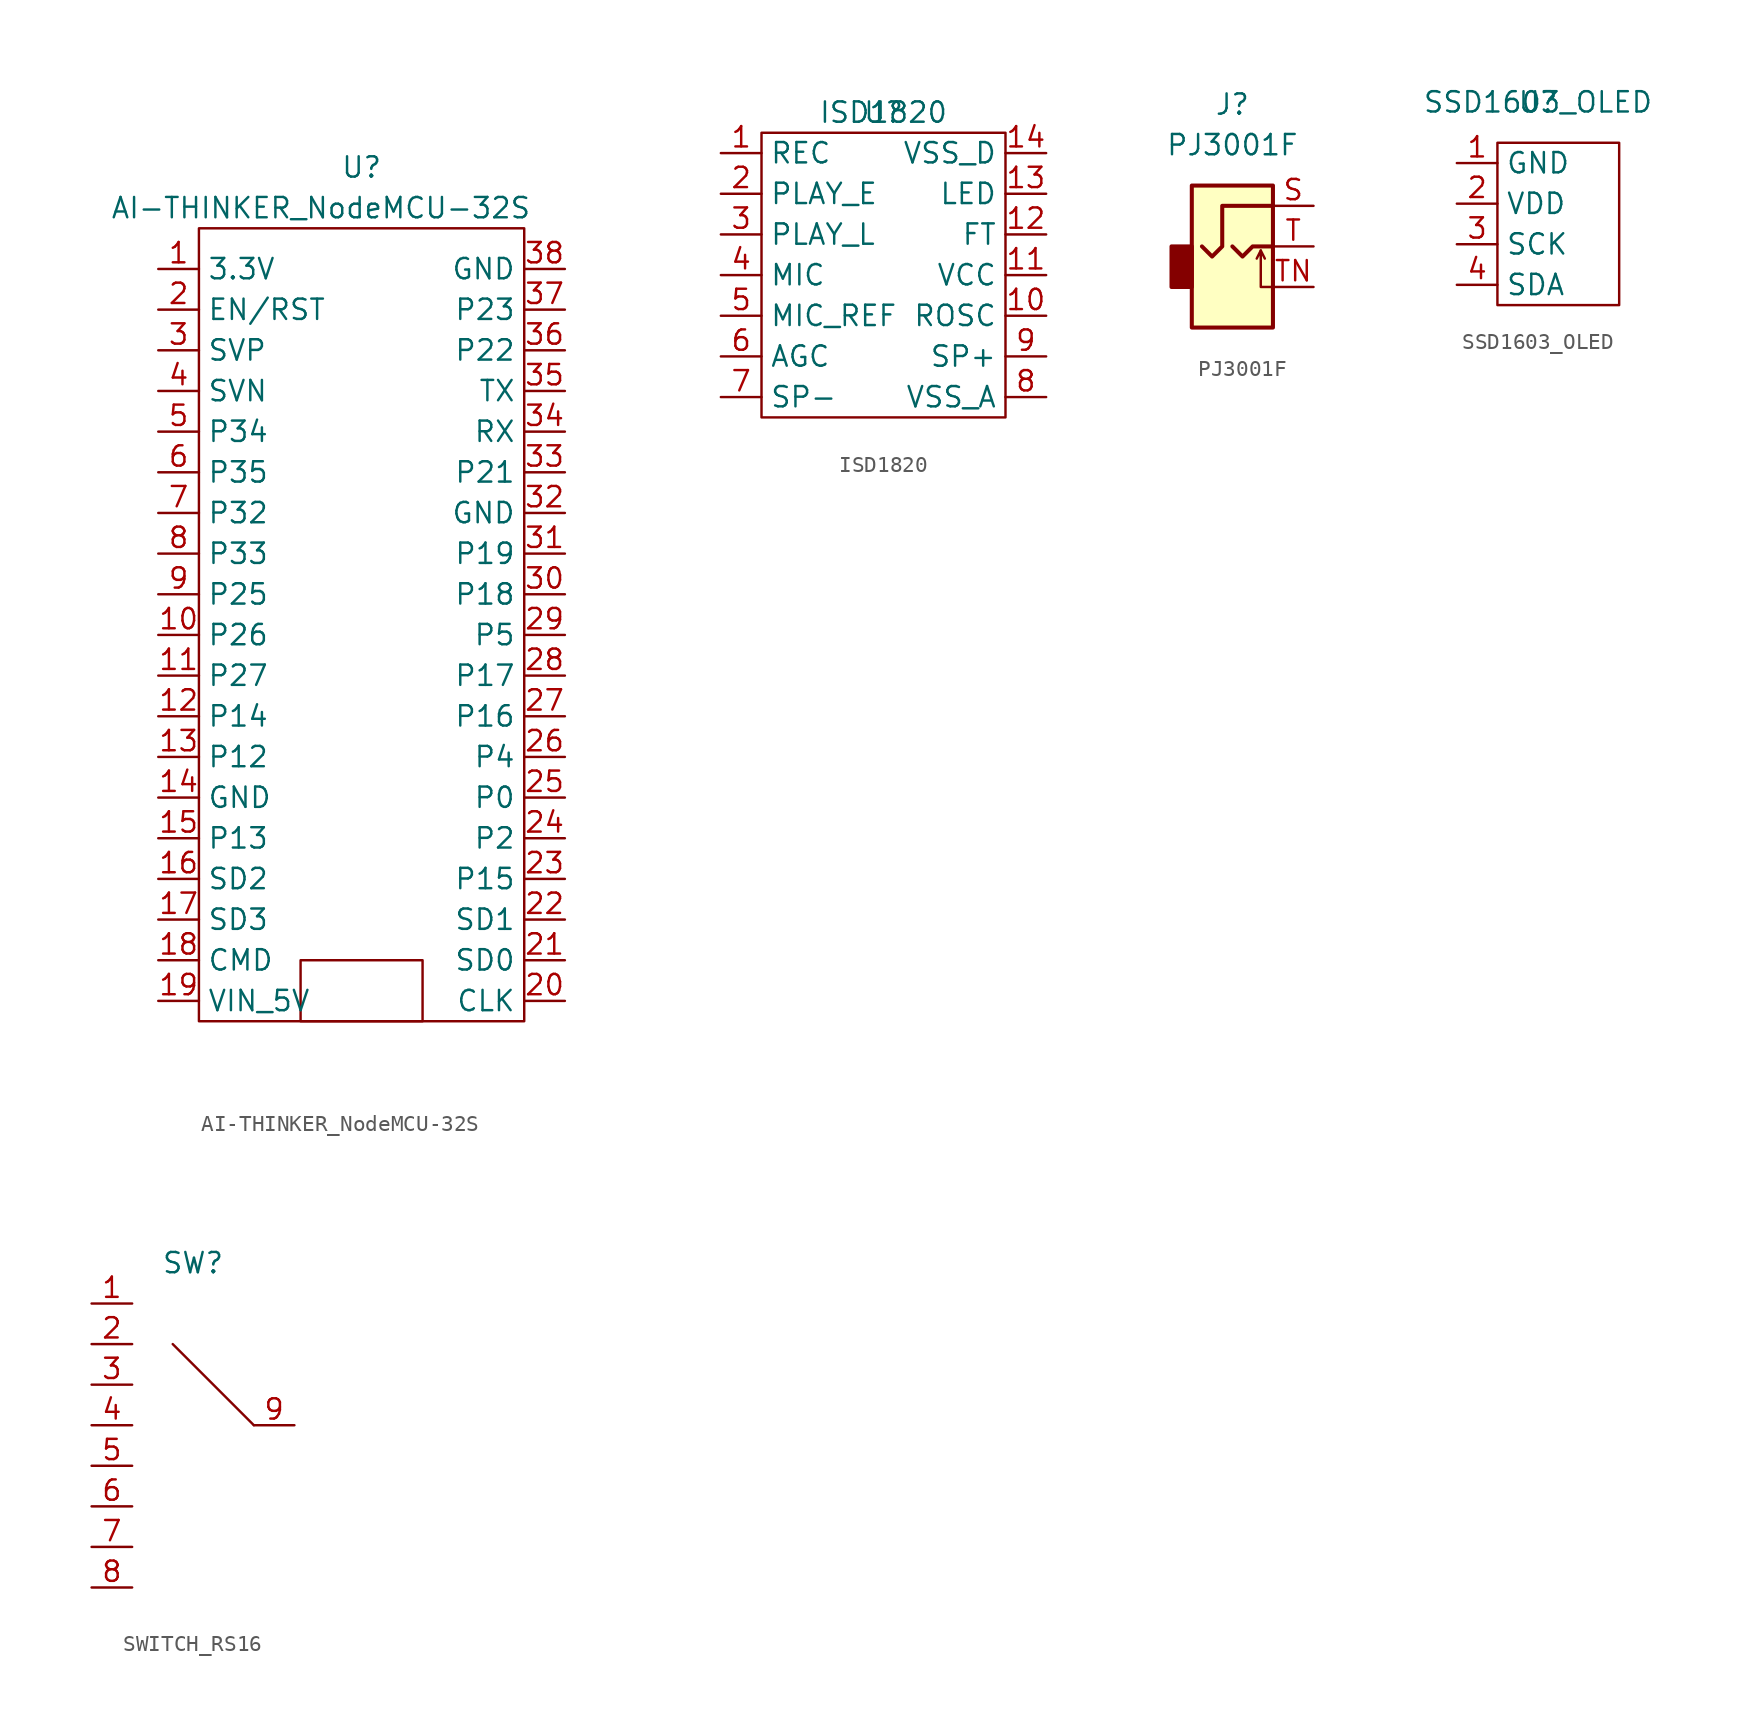
<source format=kicad_sym>
(kicad_symbol_lib
  (version 20220914)
  (generator kicad_symbol_editor)
  (symbol "AI-THINKER_NodeMCU-32S"
    (property "Reference" "U"
      (at 0 2.54 0)
      (effects (font (size 1.27 1.27))))
    (property "Value" "AI-THINKER_NodeMCU-32S"
      (at -2.54 0 0)
      (effects (font (size 1.27 1.27))))
    (symbol "AI-THINKER_NodeMCU-32S_0_1"
      (rectangle (start -10.16 -1.27) (end 10.16 -50.8) (stroke (width 0) (type default)) (fill (type none)))
      (rectangle (start -3.81 -46.99) (end 3.81 -50.8) (stroke (width 0) (type default)) (fill (type none))))
    (symbol "AI-THINKER_NodeMCU-32S_1_1"
      (pin power_out line (at -12.7 -3.81 0) (length 2.54) (name "3.3V" (effects (font (size 1.27 1.27)))) (number "1" (effects (font (size 1.27 1.27)))))
      (pin bidirectional line (at -12.7 -26.67 0) (length 2.54) (name "P26" (effects (font (size 1.27 1.27)))) (number "10" (effects (font (size 1.27 1.27)))))
      (pin bidirectional line (at -12.7 -29.21 0) (length 2.54) (name "P27" (effects (font (size 1.27 1.27)))) (number "11" (effects (font (size 1.27 1.27)))))
      (pin bidirectional line (at -12.7 -31.75 0) (length 2.54) (name "P14" (effects (font (size 1.27 1.27)))) (number "12" (effects (font (size 1.27 1.27)))))
      (pin bidirectional line (at -12.7 -34.29 0) (length 2.54) (name "P12" (effects (font (size 1.27 1.27)))) (number "13" (effects (font (size 1.27 1.27)))))
      (pin bidirectional line (at -12.7 -36.83 0) (length 2.54) (name "GND" (effects (font (size 1.27 1.27)))) (number "14" (effects (font (size 1.27 1.27)))))
      (pin bidirectional line (at -12.7 -39.37 0) (length 2.54) (name "P13" (effects (font (size 1.27 1.27)))) (number "15" (effects (font (size 1.27 1.27)))))
      (pin bidirectional line (at -12.7 -41.91 0) (length 2.54) (name "SD2" (effects (font (size 1.27 1.27)))) (number "16" (effects (font (size 1.27 1.27)))))
      (pin bidirectional line (at -12.7 -44.45 0) (length 2.54) (name "SD3" (effects (font (size 1.27 1.27)))) (number "17" (effects (font (size 1.27 1.27)))))
      (pin bidirectional line (at -12.7 -46.99 0) (length 2.54) (name "CMD" (effects (font (size 1.27 1.27)))) (number "18" (effects (font (size 1.27 1.27)))))
      (pin power_in line (at -12.7 -49.53 0) (length 2.54) (name "VIN_5V" (effects (font (size 1.27 1.27)))) (number "19" (effects (font (size 1.27 1.27)))))
      (pin bidirectional line (at -12.7 -6.35 0) (length 2.54) (name "EN/RST" (effects (font (size 1.27 1.27)))) (number "2" (effects (font (size 1.27 1.27)))))
      (pin bidirectional line (at 12.7 -49.53 180) (length 2.54) (name "CLK" (effects (font (size 1.27 1.27)))) (number "20" (effects (font (size 1.27 1.27)))))
      (pin bidirectional line (at 12.7 -46.99 180) (length 2.54) (name "SD0" (effects (font (size 1.27 1.27)))) (number "21" (effects (font (size 1.27 1.27)))))
      (pin bidirectional line (at 12.7 -44.45 180) (length 2.54) (name "SD1" (effects (font (size 1.27 1.27)))) (number "22" (effects (font (size 1.27 1.27)))))
      (pin bidirectional line (at 12.7 -41.91 180) (length 2.54) (name "P15" (effects (font (size 1.27 1.27)))) (number "23" (effects (font (size 1.27 1.27)))))
      (pin bidirectional line (at 12.7 -39.37 180) (length 2.54) (name "P2" (effects (font (size 1.27 1.27)))) (number "24" (effects (font (size 1.27 1.27)))))
      (pin bidirectional line (at 12.7 -36.83 180) (length 2.54) (name "P0" (effects (font (size 1.27 1.27)))) (number "25" (effects (font (size 1.27 1.27)))))
      (pin bidirectional line (at 12.7 -34.29 180) (length 2.54) (name "P4" (effects (font (size 1.27 1.27)))) (number "26" (effects (font (size 1.27 1.27)))))
      (pin bidirectional line (at 12.7 -31.75 180) (length 2.54) (name "P16" (effects (font (size 1.27 1.27)))) (number "27" (effects (font (size 1.27 1.27)))))
      (pin bidirectional line (at 12.7 -29.21 180) (length 2.54) (name "P17" (effects (font (size 1.27 1.27)))) (number "28" (effects (font (size 1.27 1.27)))))
      (pin bidirectional line (at 12.7 -26.67 180) (length 2.54) (name "P5" (effects (font (size 1.27 1.27)))) (number "29" (effects (font (size 1.27 1.27)))))
      (pin bidirectional line (at -12.7 -8.89 0) (length 2.54) (name "SVP" (effects (font (size 1.27 1.27)))) (number "3" (effects (font (size 1.27 1.27)))))
      (pin bidirectional line (at 12.7 -24.13 180) (length 2.54) (name "P18" (effects (font (size 1.27 1.27)))) (number "30" (effects (font (size 1.27 1.27)))))
      (pin bidirectional line (at 12.7 -21.59 180) (length 2.54) (name "P19" (effects (font (size 1.27 1.27)))) (number "31" (effects (font (size 1.27 1.27)))))
      (pin input line (at 12.7 -19.05 180) (length 2.54) (name "GND" (effects (font (size 1.27 1.27)))) (number "32" (effects (font (size 1.27 1.27)))))
      (pin bidirectional line (at 12.7 -16.51 180) (length 2.54) (name "P21" (effects (font (size 1.27 1.27)))) (number "33" (effects (font (size 1.27 1.27)))))
      (pin input line (at 12.7 -13.97 180) (length 2.54) (name "RX" (effects (font (size 1.27 1.27)))) (number "34" (effects (font (size 1.27 1.27)))))
      (pin output line (at 12.7 -11.43 180) (length 2.54) (name "TX" (effects (font (size 1.27 1.27)))) (number "35" (effects (font (size 1.27 1.27)))))
      (pin bidirectional line (at 12.7 -8.89 180) (length 2.54) (name "P22" (effects (font (size 1.27 1.27)))) (number "36" (effects (font (size 1.27 1.27)))))
      (pin bidirectional line (at 12.7 -6.35 180) (length 2.54) (name "P23" (effects (font (size 1.27 1.27)))) (number "37" (effects (font (size 1.27 1.27)))))
      (pin power_in line (at 12.7 -3.81 180) (length 2.54) (name "GND" (effects (font (size 1.27 1.27)))) (number "38" (effects (font (size 1.27 1.27)))))
      (pin bidirectional line (at -12.7 -11.43 0) (length 2.54) (name "SVN" (effects (font (size 1.27 1.27)))) (number "4" (effects (font (size 1.27 1.27)))))
      (pin bidirectional line (at -12.7 -13.97 0) (length 2.54) (name "P34" (effects (font (size 1.27 1.27)))) (number "5" (effects (font (size 1.27 1.27)))))
      (pin bidirectional line (at -12.7 -16.51 0) (length 2.54) (name "P35" (effects (font (size 1.27 1.27)))) (number "6" (effects (font (size 1.27 1.27)))))
      (pin bidirectional line (at -12.7 -19.05 0) (length 2.54) (name "P32" (effects (font (size 1.27 1.27)))) (number "7" (effects (font (size 1.27 1.27)))))
      (pin bidirectional line (at -12.7 -21.59 0) (length 2.54) (name "P33" (effects (font (size 1.27 1.27)))) (number "8" (effects (font (size 1.27 1.27)))))
      (pin bidirectional line (at -12.7 -24.13 0) (length 2.54) (name "P25" (effects (font (size 1.27 1.27)))) (number "9" (effects (font (size 1.27 1.27)))))))
  (symbol "ISD1820"
    (property "Reference" "U"
      (at 0 2.54 0)
      (effects (font (size 1.27 1.27))))
    (property "Value" "ISD1820"
      (at 0 2.54 0)
      (effects (font (size 1.27 1.27))))
    (symbol "ISD1820_0_1"
      (rectangle (start -7.62 1.27) (end 7.62 -16.51) (stroke (width 0) (type default)) (fill (type none))))
    (symbol "ISD1820_1_1"
      (pin input line (at -10.16 0 0) (length 2.54) (name "REC" (effects (font (size 1.27 1.27)))) (number "1" (effects (font (size 1.27 1.27)))))
      (pin input line (at 10.16 -10.16 180) (length 2.54) (name "ROSC" (effects (font (size 1.27 1.27)))) (number "10" (effects (font (size 1.27 1.27)))))
      (pin power_in line (at 10.16 -7.62 180) (length 2.54) (name "VCC" (effects (font (size 1.27 1.27)))) (number "11" (effects (font (size 1.27 1.27)))))
      (pin input line (at 10.16 -5.08 180) (length 2.54) (name "FT" (effects (font (size 1.27 1.27)))) (number "12" (effects (font (size 1.27 1.27)))))
      (pin input line (at 10.16 -2.54 180) (length 2.54) (name "LED" (effects (font (size 1.27 1.27)))) (number "13" (effects (font (size 1.27 1.27)))))
      (pin power_in line (at 10.16 0 180) (length 2.54) (name "VSS_D" (effects (font (size 1.27 1.27)))) (number "14" (effects (font (size 1.27 1.27)))))
      (pin input line (at -10.16 -2.54 0) (length 2.54) (name "PLAY_E" (effects (font (size 1.27 1.27)))) (number "2" (effects (font (size 1.27 1.27)))))
      (pin input line (at -10.16 -5.08 0) (length 2.54) (name "PLAY_L" (effects (font (size 1.27 1.27)))) (number "3" (effects (font (size 1.27 1.27)))))
      (pin input line (at -10.16 -7.62 0) (length 2.54) (name "MIC" (effects (font (size 1.27 1.27)))) (number "4" (effects (font (size 1.27 1.27)))))
      (pin input line (at -10.16 -10.16 0) (length 2.54) (name "MIC_REF" (effects (font (size 1.27 1.27)))) (number "5" (effects (font (size 1.27 1.27)))))
      (pin input line (at -10.16 -12.7 0) (length 2.54) (name "AGC" (effects (font (size 1.27 1.27)))) (number "6" (effects (font (size 1.27 1.27)))))
      (pin input line (at -10.16 -15.24 0) (length 2.54) (name "SP-" (effects (font (size 1.27 1.27)))) (number "7" (effects (font (size 1.27 1.27)))))
      (pin power_in line (at 10.16 -15.24 180) (length 2.54) (name "VSS_A" (effects (font (size 1.27 1.27)))) (number "8" (effects (font (size 1.27 1.27)))))
      (pin input line (at 10.16 -12.7 180) (length 2.54) (name "SP+" (effects (font (size 1.27 1.27)))) (number "9" (effects (font (size 1.27 1.27)))))))
  (symbol "PJ3001F"
    (property "Reference" "J"
      (at 0 8.89 0)
      (effects (font (size 1.27 1.27))))
    (property "Value" "PJ3001F"
      (at 0 6.35 0)
      (effects (font (size 1.27 1.27))))
    (symbol "PJ3001F_0_1"
      (rectangle (start -2.54 0) (end -3.81 -2.54) (stroke (width 0.254) (type default)) (fill (type outline)))
      (polyline (pts (xy 1.778 -0.254) (xy 2.032 -0.762)) (stroke (width 0) (type default)) (fill (type none)))
      (polyline (pts (xy 0 0) (xy 0.635 -0.635) (xy 1.27 0) (xy 2.54 0)) (stroke (width 0.254) (type default)) (fill (type none)))
      (polyline (pts (xy 2.54 -2.54) (xy 1.778 -2.54) (xy 1.778 -0.254) (xy 1.524 -0.762)) (stroke (width 0) (type default)) (fill (type none)))
      (polyline (pts (xy 2.54 2.54) (xy -0.635 2.54) (xy -0.635 0) (xy -1.27 -0.635) (xy -1.905 0)) (stroke (width 0.254) (type default)) (fill (type none)))
      (rectangle (start 2.54 3.81) (end -2.54 -5.08) (stroke (width 0.254) (type default)) (fill (type background))))
    (symbol "PJ3001F_1_1"
      (pin passive line (at 5.08 2.54 180) (length 2.54) (name "~" (effects (font (size 1.27 1.27)))) (number "S" (effects (font (size 1.27 1.27)))))
      (pin passive line (at 5.08 0 180) (length 2.54) (name "~" (effects (font (size 1.27 1.27)))) (number "T" (effects (font (size 1.27 1.27)))))
      (pin passive line (at 5.08 -2.54 180) (length 2.54) (name "~" (effects (font (size 1.27 1.27)))) (number "TN" (effects (font (size 1.27 1.27)))))))
  (symbol "SSD1603_OLED"
    (property "Reference" "U"
      (at 0 0 0)
      (effects (font (size 1.27 1.27))))
    (property "Value" "SSD1603_OLED"
      (at 0 0 0)
      (effects (font (size 1.27 1.27))))
    (symbol "SSD1603_OLED_0_1"
      (rectangle (start -2.54 -2.54) (end 5.08 -12.7) (stroke (width 0) (type default)) (fill (type none))))
    (symbol "SSD1603_OLED_1_1"
      (pin power_in line (at -5.08 -3.81 0) (length 2.54) (name "GND" (effects (font (size 1.27 1.27)))) (number "1" (effects (font (size 1.27 1.27)))))
      (pin power_in line (at -5.08 -6.35 0) (length 2.54) (name "VDD" (effects (font (size 1.27 1.27)))) (number "2" (effects (font (size 1.27 1.27)))))
      (pin input line (at -5.08 -8.89 0) (length 2.54) (name "SCK" (effects (font (size 1.27 1.27)))) (number "3" (effects (font (size 1.27 1.27)))))
      (pin input line (at -5.08 -11.43 0) (length 2.54) (name "SDA" (effects (font (size 1.27 1.27)))) (number "4" (effects (font (size 1.27 1.27)))))))
  (symbol "SWITCH_RS16"
    (property "Reference" "SW"
      (at 0 0 0)
      (effects (font (size 1.27 1.27))))
    (property "Value" ""
      (at 0 0 0)
      (effects (font (size 1.27 1.27))))
    (symbol "SWITCH_RS16_0_1"
      (polyline (pts (xy 3.81 -10.16) (xy -1.27 -5.08)) (stroke (width 0) (type default)) (fill (type none))))
    (symbol "SWITCH_RS16_1_1"
      (pin bidirectional line (at -6.35 -2.54 0) (length 2.54) (name "" (effects (font (size 1.27 1.27)))) (number "1" (effects (font (size 1.27 1.27)))))
      (pin bidirectional line (at -6.35 -5.08 0) (length 2.54) (name "" (effects (font (size 1.27 1.27)))) (number "2" (effects (font (size 1.27 1.27)))))
      (pin bidirectional line (at -6.35 -7.62 0) (length 2.54) (name "" (effects (font (size 1.27 1.27)))) (number "3" (effects (font (size 1.27 1.27)))))
      (pin bidirectional line (at -6.35 -10.16 0) (length 2.54) (name "" (effects (font (size 1.27 1.27)))) (number "4" (effects (font (size 1.27 1.27)))))
      (pin bidirectional line (at -6.35 -12.7 0) (length 2.54) (name "" (effects (font (size 1.27 1.27)))) (number "5" (effects (font (size 1.27 1.27)))))
      (pin bidirectional line (at -6.35 -15.24 0) (length 2.54) (name "" (effects (font (size 1.27 1.27)))) (number "6" (effects (font (size 1.27 1.27)))))
      (pin bidirectional line (at -6.35 -17.78 0) (length 2.54) (name "" (effects (font (size 1.27 1.27)))) (number "7" (effects (font (size 1.27 1.27)))))
      (pin bidirectional line (at -6.35 -20.32 0) (length 2.54) (name "" (effects (font (size 1.27 1.27)))) (number "8" (effects (font (size 1.27 1.27)))))
      (pin bidirectional line (at 6.35 -10.16 180) (length 2.54) (name "" (effects (font (size 1.27 1.27)))) (number "9" (effects (font (size 1.27 1.27))))))))
</source>
